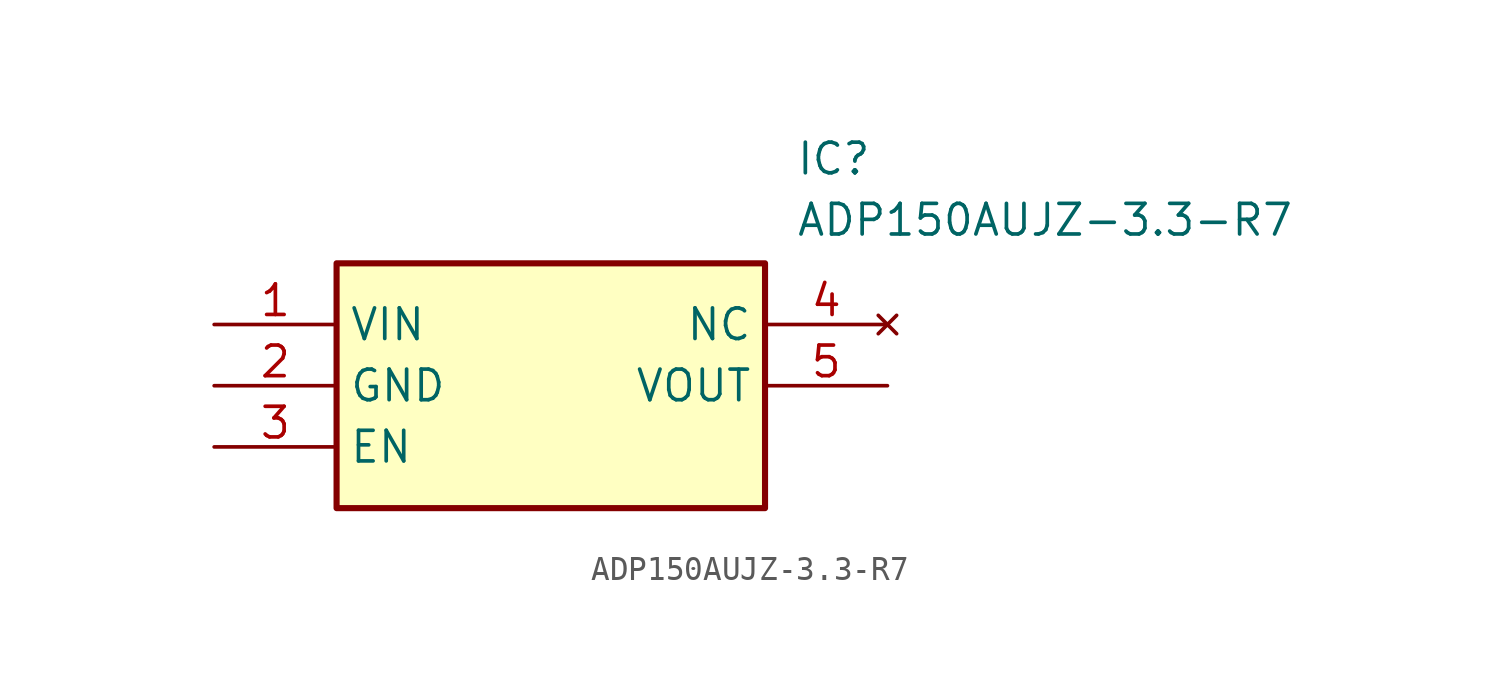
<source format=kicad_sym>
(kicad_symbol_lib
  (version 20211014)
  (generator SamacSys_ECAD_Model)
  (symbol "ADP150AUJZ-3.3-R7"
    (property "Reference" "IC"
      (at 24.13 7.62 0)
      (effects (font (size 1.27 1.27)) (justify left top)))
    (property "Value" "ADP150AUJZ-3.3-R7"
      (at 24.13 5.08 0)
      (effects (font (size 1.27 1.27)) (justify left top)))
    (rectangle
      (start 5.08 2.54)
      (end 22.86 -7.62)
      (stroke (width 0.254) (type default))
      (fill (type background)))
    (pin passive line
      (at 0 0 0)
      (length 5.08)
      (name "VIN" (effects (font (size 1.27 1.27))))
      (number "1" (effects (font (size 1.27 1.27)))))
    (pin passive line
      (at 0 -2.54 0)
      (length 5.08)
      (name "GND" (effects (font (size 1.27 1.27))))
      (number "2" (effects (font (size 1.27 1.27)))))
    (pin passive line
      (at 0 -5.08 0)
      (length 5.08)
      (name "EN" (effects (font (size 1.27 1.27))))
      (number "3" (effects (font (size 1.27 1.27)))))
    (pin no_connect line
      (at 27.94 0 180)
      (length 5.08)
      (name "NC" (effects (font (size 1.27 1.27))))
      (number "4" (effects (font (size 1.27 1.27)))))
    (pin passive line
      (at 27.94 -2.54 180)
      (length 5.08)
      (name "VOUT" (effects (font (size 1.27 1.27))))
      (number "5" (effects (font (size 1.27 1.27)))))))
</source>
